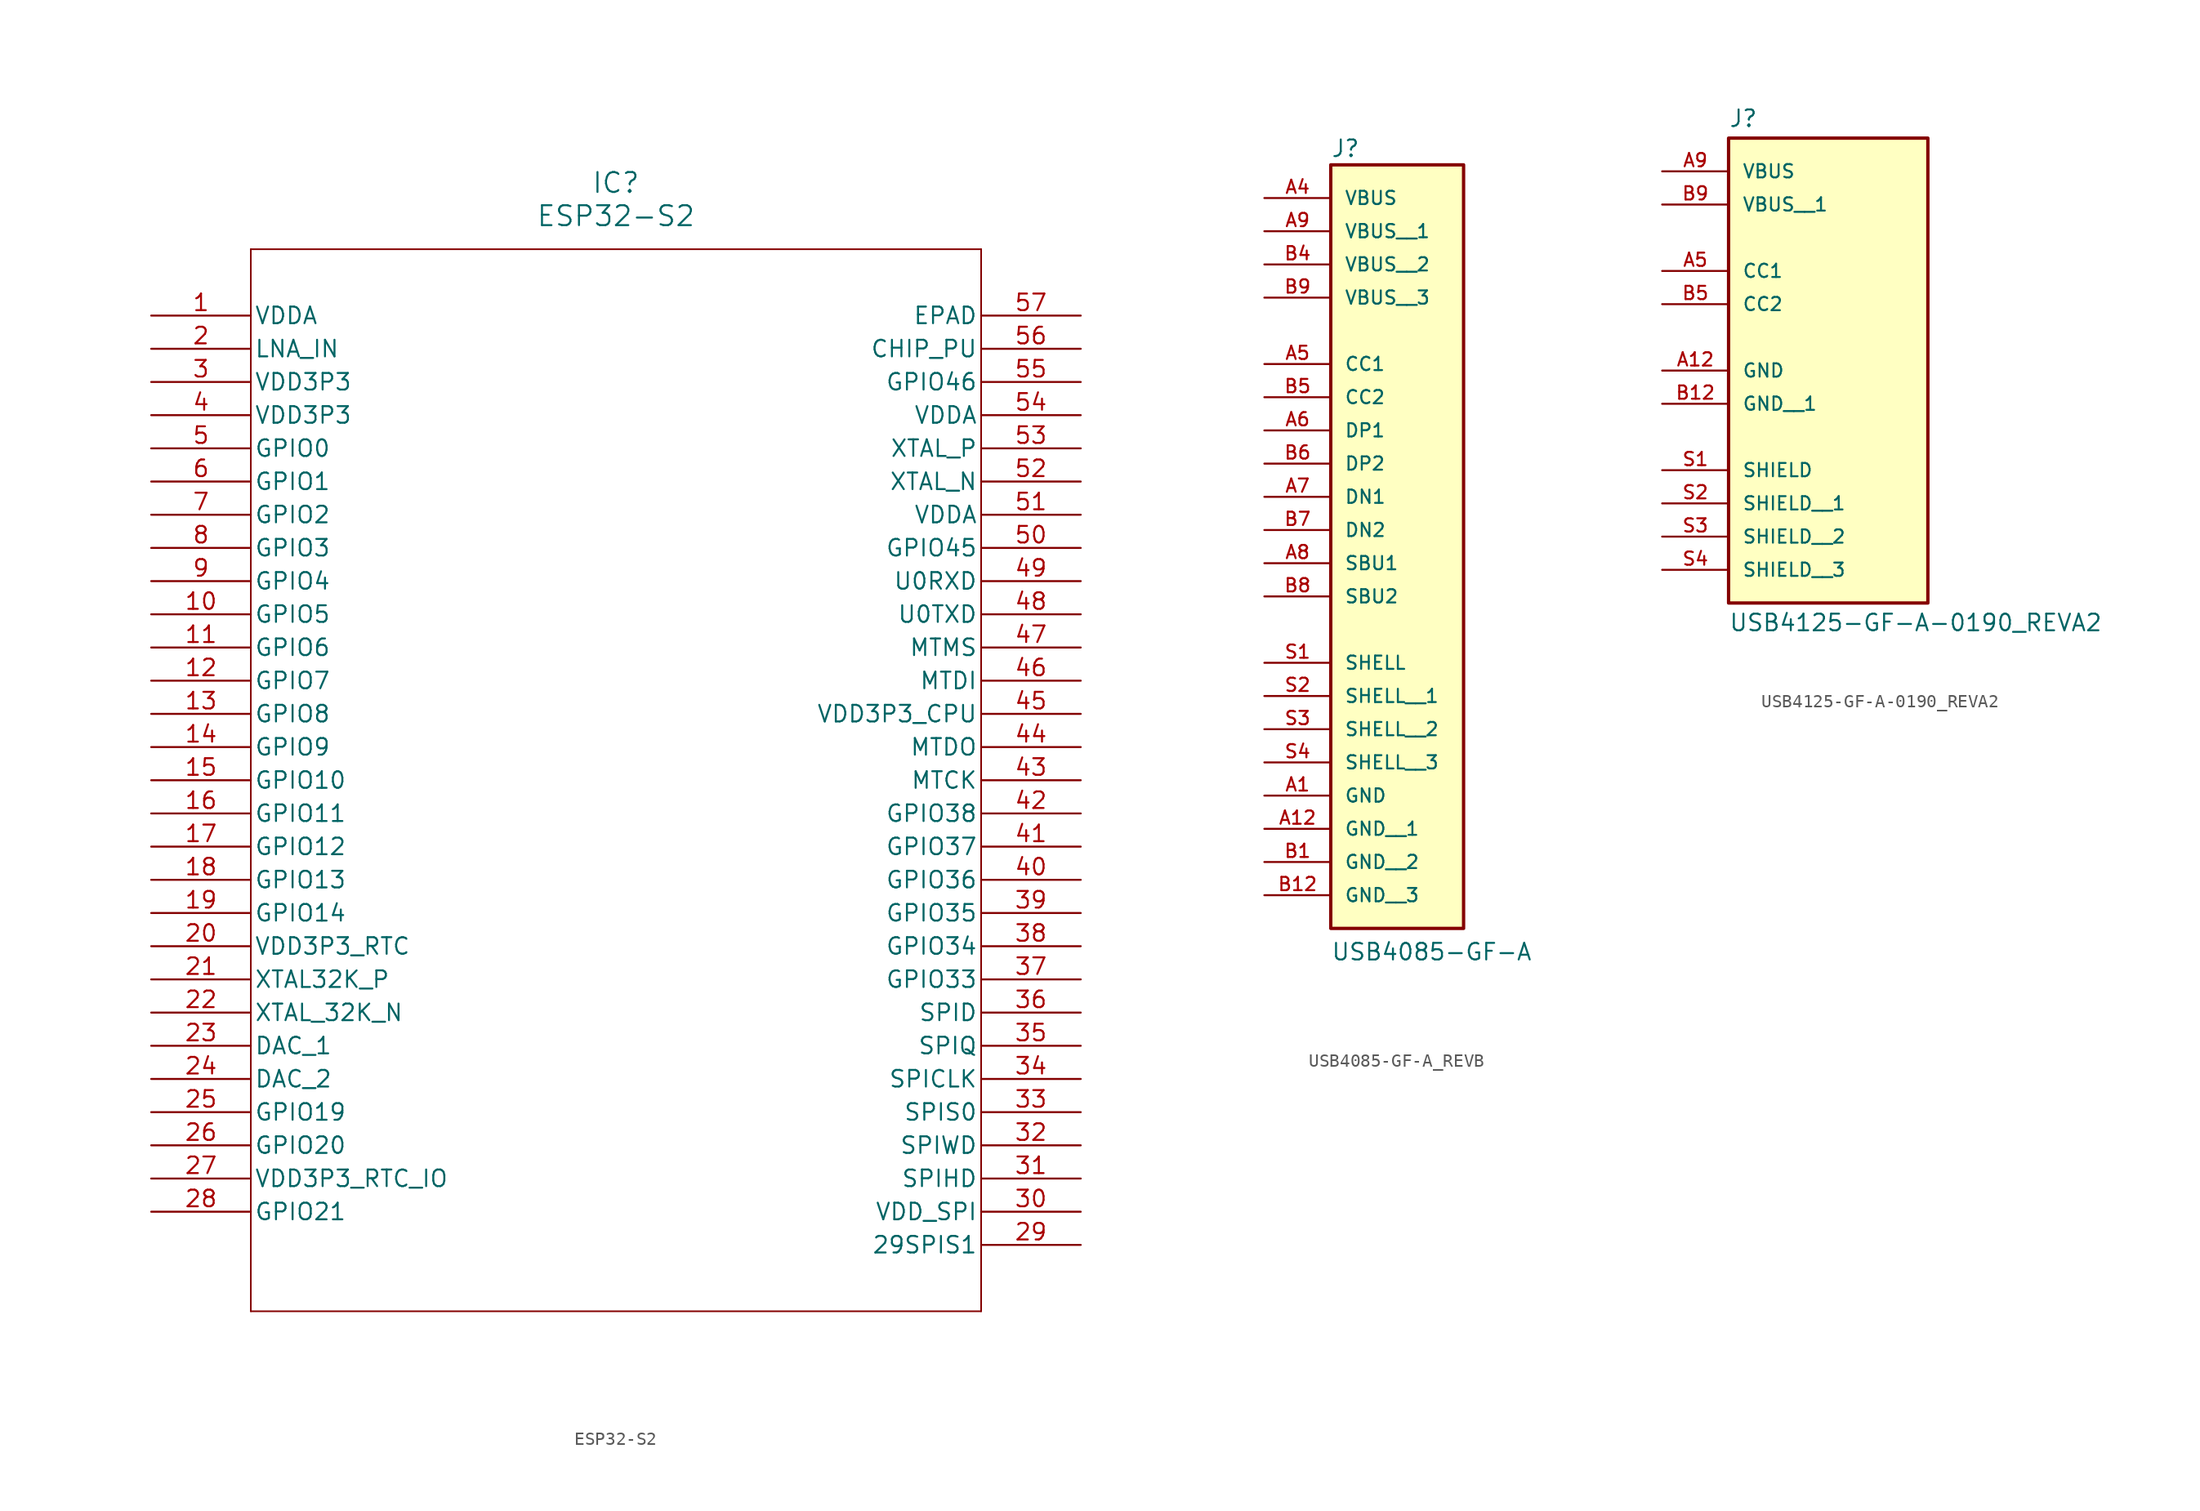
<source format=kicad_sym>
(kicad_symbol_lib
  (version 20220914)
  (generator kicad_symbol_editor)
  (symbol "ESP32-S2"
    (pin_names
      (offset 0.254))
    (property "Reference" "IC"
      (at 35.56 10.16 0)
      (effects (font (size 1.524 1.524))))
    (property "Value" "ESP32-S2"
      (at 35.56 7.62 0)
      (effects (font (size 1.524 1.524))))
    (property "ki_locked" ""
      (at 0 0 0)
      (effects (font (size 1.27 1.27))))
    (symbol "ESP32-S2_0_1"
      (polyline (pts (xy 7.62 -76.2) (xy 63.5 -76.2)) (stroke (width 0.127) (type default)) (fill (type none)))
      (polyline (pts (xy 7.62 5.08) (xy 7.62 -76.2)) (stroke (width 0.127) (type default)) (fill (type none)))
      (polyline (pts (xy 63.5 -76.2) (xy 63.5 5.08)) (stroke (width 0.127) (type default)) (fill (type none)))
      (polyline (pts (xy 63.5 5.08) (xy 7.62 5.08)) (stroke (width 0.127) (type default)) (fill (type none)))
      (pin power_in line (at 0 0 0) (length 7.62) (name "VDDA" (effects (font (size 1.27 1.27)))) (number "1" (effects (font (size 1.27 1.27)))))
      (pin bidirectional line (at 0 -22.86 0) (length 7.62) (name "GPIO5" (effects (font (size 1.27 1.27)))) (number "10" (effects (font (size 1.27 1.27)))))
      (pin bidirectional line (at 0 -25.4 0) (length 7.62) (name "GPIO6" (effects (font (size 1.27 1.27)))) (number "11" (effects (font (size 1.27 1.27)))))
      (pin bidirectional line (at 0 -27.94 0) (length 7.62) (name "GPIO7" (effects (font (size 1.27 1.27)))) (number "12" (effects (font (size 1.27 1.27)))))
      (pin bidirectional line (at 0 -30.48 0) (length 7.62) (name "GPIO8" (effects (font (size 1.27 1.27)))) (number "13" (effects (font (size 1.27 1.27)))))
      (pin bidirectional line (at 0 -33.02 0) (length 7.62) (name "GPIO9" (effects (font (size 1.27 1.27)))) (number "14" (effects (font (size 1.27 1.27)))))
      (pin bidirectional line (at 0 -35.56 0) (length 7.62) (name "GPIO10" (effects (font (size 1.27 1.27)))) (number "15" (effects (font (size 1.27 1.27)))))
      (pin bidirectional line (at 0 -38.1 0) (length 7.62) (name "GPIO11" (effects (font (size 1.27 1.27)))) (number "16" (effects (font (size 1.27 1.27)))))
      (pin bidirectional line (at 0 -40.64 0) (length 7.62) (name "GPIO12" (effects (font (size 1.27 1.27)))) (number "17" (effects (font (size 1.27 1.27)))))
      (pin bidirectional line (at 0 -43.18 0) (length 7.62) (name "GPIO13" (effects (font (size 1.27 1.27)))) (number "18" (effects (font (size 1.27 1.27)))))
      (pin bidirectional line (at 0 -45.72 0) (length 7.62) (name "GPIO14" (effects (font (size 1.27 1.27)))) (number "19" (effects (font (size 1.27 1.27)))))
      (pin unspecified line (at 0 -2.54 0) (length 7.62) (name "LNA_IN" (effects (font (size 1.27 1.27)))) (number "2" (effects (font (size 1.27 1.27)))))
      (pin power_in line (at 0 -48.26 0) (length 7.62) (name "VDD3P3_RTC" (effects (font (size 1.27 1.27)))) (number "20" (effects (font (size 1.27 1.27)))))
      (pin unspecified line (at 0 -50.8 0) (length 7.62) (name "XTAL32K_P" (effects (font (size 1.27 1.27)))) (number "21" (effects (font (size 1.27 1.27)))))
      (pin unspecified line (at 0 -53.34 0) (length 7.62) (name "XTAL_32K_N" (effects (font (size 1.27 1.27)))) (number "22" (effects (font (size 1.27 1.27)))))
      (pin bidirectional line (at 0 -55.88 0) (length 7.62) (name "DAC_1" (effects (font (size 1.27 1.27)))) (number "23" (effects (font (size 1.27 1.27)))))
      (pin bidirectional line (at 0 -58.42 0) (length 7.62) (name "DAC_2" (effects (font (size 1.27 1.27)))) (number "24" (effects (font (size 1.27 1.27)))))
      (pin bidirectional line (at 0 -60.96 0) (length 7.62) (name "GPIO19" (effects (font (size 1.27 1.27)))) (number "25" (effects (font (size 1.27 1.27)))))
      (pin bidirectional line (at 0 -63.5 0) (length 7.62) (name "GPIO20" (effects (font (size 1.27 1.27)))) (number "26" (effects (font (size 1.27 1.27)))))
      (pin power_in line (at 0 -66.04 0) (length 7.62) (name "VDD3P3_RTC_IO" (effects (font (size 1.27 1.27)))) (number "27" (effects (font (size 1.27 1.27)))))
      (pin bidirectional line (at 0 -68.58 0) (length 7.62) (name "GPIO21" (effects (font (size 1.27 1.27)))) (number "28" (effects (font (size 1.27 1.27)))))
      (pin unspecified line (at 71.12 -71.12 180) (length 7.62) (name "29SPIS1" (effects (font (size 1.27 1.27)))) (number "29" (effects (font (size 1.27 1.27)))))
      (pin power_in line (at 0 -5.08 0) (length 7.62) (name "VDD3P3" (effects (font (size 1.27 1.27)))) (number "3" (effects (font (size 1.27 1.27)))))
      (pin power_in line (at 71.12 -68.58 180) (length 7.62) (name "VDD_SPI" (effects (font (size 1.27 1.27)))) (number "30" (effects (font (size 1.27 1.27)))))
      (pin unspecified line (at 71.12 -66.04 180) (length 7.62) (name "SPIHD" (effects (font (size 1.27 1.27)))) (number "31" (effects (font (size 1.27 1.27)))))
      (pin unspecified line (at 71.12 -63.5 180) (length 7.62) (name "SPIWD" (effects (font (size 1.27 1.27)))) (number "32" (effects (font (size 1.27 1.27)))))
      (pin unspecified line (at 71.12 -60.96 180) (length 7.62) (name "SPIS0" (effects (font (size 1.27 1.27)))) (number "33" (effects (font (size 1.27 1.27)))))
      (pin unspecified line (at 71.12 -58.42 180) (length 7.62) (name "SPICLK" (effects (font (size 1.27 1.27)))) (number "34" (effects (font (size 1.27 1.27)))))
      (pin unspecified line (at 71.12 -55.88 180) (length 7.62) (name "SPIQ" (effects (font (size 1.27 1.27)))) (number "35" (effects (font (size 1.27 1.27)))))
      (pin unspecified line (at 71.12 -53.34 180) (length 7.62) (name "SPID" (effects (font (size 1.27 1.27)))) (number "36" (effects (font (size 1.27 1.27)))))
      (pin bidirectional line (at 71.12 -50.8 180) (length 7.62) (name "GPIO33" (effects (font (size 1.27 1.27)))) (number "37" (effects (font (size 1.27 1.27)))))
      (pin bidirectional line (at 71.12 -48.26 180) (length 7.62) (name "GPIO34" (effects (font (size 1.27 1.27)))) (number "38" (effects (font (size 1.27 1.27)))))
      (pin bidirectional line (at 71.12 -45.72 180) (length 7.62) (name "GPIO35" (effects (font (size 1.27 1.27)))) (number "39" (effects (font (size 1.27 1.27)))))
      (pin power_in line (at 0 -7.62 0) (length 7.62) (name "VDD3P3" (effects (font (size 1.27 1.27)))) (number "4" (effects (font (size 1.27 1.27)))))
      (pin bidirectional line (at 71.12 -43.18 180) (length 7.62) (name "GPIO36" (effects (font (size 1.27 1.27)))) (number "40" (effects (font (size 1.27 1.27)))))
      (pin bidirectional line (at 71.12 -40.64 180) (length 7.62) (name "GPIO37" (effects (font (size 1.27 1.27)))) (number "41" (effects (font (size 1.27 1.27)))))
      (pin bidirectional line (at 71.12 -38.1 180) (length 7.62) (name "GPIO38" (effects (font (size 1.27 1.27)))) (number "42" (effects (font (size 1.27 1.27)))))
      (pin unspecified line (at 71.12 -35.56 180) (length 7.62) (name "MTCK" (effects (font (size 1.27 1.27)))) (number "43" (effects (font (size 1.27 1.27)))))
      (pin unspecified line (at 71.12 -33.02 180) (length 7.62) (name "MTDO" (effects (font (size 1.27 1.27)))) (number "44" (effects (font (size 1.27 1.27)))))
      (pin power_in line (at 71.12 -30.48 180) (length 7.62) (name "VDD3P3_CPU" (effects (font (size 1.27 1.27)))) (number "45" (effects (font (size 1.27 1.27)))))
      (pin unspecified line (at 71.12 -27.94 180) (length 7.62) (name "MTDI" (effects (font (size 1.27 1.27)))) (number "46" (effects (font (size 1.27 1.27)))))
      (pin unspecified line (at 71.12 -25.4 180) (length 7.62) (name "MTMS" (effects (font (size 1.27 1.27)))) (number "47" (effects (font (size 1.27 1.27)))))
      (pin bidirectional line (at 71.12 -22.86 180) (length 7.62) (name "U0TXD" (effects (font (size 1.27 1.27)))) (number "48" (effects (font (size 1.27 1.27)))))
      (pin bidirectional line (at 71.12 -20.32 180) (length 7.62) (name "U0RXD" (effects (font (size 1.27 1.27)))) (number "49" (effects (font (size 1.27 1.27)))))
      (pin bidirectional line (at 0 -10.16 0) (length 7.62) (name "GPIO0" (effects (font (size 1.27 1.27)))) (number "5" (effects (font (size 1.27 1.27)))))
      (pin bidirectional line (at 71.12 -17.78 180) (length 7.62) (name "GPIO45" (effects (font (size 1.27 1.27)))) (number "50" (effects (font (size 1.27 1.27)))))
      (pin power_in line (at 71.12 -15.24 180) (length 7.62) (name "VDDA" (effects (font (size 1.27 1.27)))) (number "51" (effects (font (size 1.27 1.27)))))
      (pin unspecified line (at 71.12 -12.7 180) (length 7.62) (name "XTAL_N" (effects (font (size 1.27 1.27)))) (number "52" (effects (font (size 1.27 1.27)))))
      (pin unspecified line (at 71.12 -10.16 180) (length 7.62) (name "XTAL_P" (effects (font (size 1.27 1.27)))) (number "53" (effects (font (size 1.27 1.27)))))
      (pin power_in line (at 71.12 -7.62 180) (length 7.62) (name "VDDA" (effects (font (size 1.27 1.27)))) (number "54" (effects (font (size 1.27 1.27)))))
      (pin bidirectional line (at 71.12 -5.08 180) (length 7.62) (name "GPIO46" (effects (font (size 1.27 1.27)))) (number "55" (effects (font (size 1.27 1.27)))))
      (pin unspecified line (at 71.12 -2.54 180) (length 7.62) (name "CHIP_PU" (effects (font (size 1.27 1.27)))) (number "56" (effects (font (size 1.27 1.27)))))
      (pin unspecified line (at 71.12 0 180) (length 7.62) (name "EPAD" (effects (font (size 1.27 1.27)))) (number "57" (effects (font (size 1.27 1.27)))))
      (pin bidirectional line (at 0 -12.7 0) (length 7.62) (name "GPIO1" (effects (font (size 1.27 1.27)))) (number "6" (effects (font (size 1.27 1.27)))))
      (pin bidirectional line (at 0 -15.24 0) (length 7.62) (name "GPIO2" (effects (font (size 1.27 1.27)))) (number "7" (effects (font (size 1.27 1.27)))))
      (pin bidirectional line (at 0 -17.78 0) (length 7.62) (name "GPIO3" (effects (font (size 1.27 1.27)))) (number "8" (effects (font (size 1.27 1.27)))))
      (pin bidirectional line (at 0 -20.32 0) (length 7.62) (name "GPIO4" (effects (font (size 1.27 1.27)))) (number "9" (effects (font (size 1.27 1.27)))))))
  (symbol "USB4085-GF-A_REVB"
    (pin_names
      (offset 1.016))
    (property "Reference" "J"
      (at -5.08 18.288 0)
      (effects (font (size 1.27 1.27)) (justify left bottom)))
    (property "Value" "USB4085-GF-A"
      (at -5.08 -43.18 0)
      (effects (font (size 1.27 1.27)) (justify left bottom)))
    (symbol "USB4085-GF-A_REVB_0_0"
      (rectangle (start -5.08 17.78) (end 5.08 -40.64) (stroke (width 0.254) (type default)) (fill (type background)))
      (pin power_in line (at -10.16 -30.48 0) (length 5.08) (name "GND" (effects (font (size 1.016 1.016)))) (number "A1" (effects (font (size 1.016 1.016)))))
      (pin power_in line (at -10.16 -33.02 0) (length 5.08) (name "GND__1" (effects (font (size 1.016 1.016)))) (number "A12" (effects (font (size 1.016 1.016)))))
      (pin power_in line (at -10.16 15.24 0) (length 5.08) (name "VBUS" (effects (font (size 1.016 1.016)))) (number "A4" (effects (font (size 1.016 1.016)))))
      (pin bidirectional line (at -10.16 2.54 0) (length 5.08) (name "CC1" (effects (font (size 1.016 1.016)))) (number "A5" (effects (font (size 1.016 1.016)))))
      (pin bidirectional line (at -10.16 -2.54 0) (length 5.08) (name "DP1" (effects (font (size 1.016 1.016)))) (number "A6" (effects (font (size 1.016 1.016)))))
      (pin bidirectional line (at -10.16 -7.62 0) (length 5.08) (name "DN1" (effects (font (size 1.016 1.016)))) (number "A7" (effects (font (size 1.016 1.016)))))
      (pin bidirectional line (at -10.16 -12.7 0) (length 5.08) (name "SBU1" (effects (font (size 1.016 1.016)))) (number "A8" (effects (font (size 1.016 1.016)))))
      (pin power_in line (at -10.16 12.7 0) (length 5.08) (name "VBUS__1" (effects (font (size 1.016 1.016)))) (number "A9" (effects (font (size 1.016 1.016)))))
      (pin power_in line (at -10.16 -35.56 0) (length 5.08) (name "GND__2" (effects (font (size 1.016 1.016)))) (number "B1" (effects (font (size 1.016 1.016)))))
      (pin power_in line (at -10.16 -38.1 0) (length 5.08) (name "GND__3" (effects (font (size 1.016 1.016)))) (number "B12" (effects (font (size 1.016 1.016)))))
      (pin power_in line (at -10.16 10.16 0) (length 5.08) (name "VBUS__2" (effects (font (size 1.016 1.016)))) (number "B4" (effects (font (size 1.016 1.016)))))
      (pin bidirectional line (at -10.16 0 0) (length 5.08) (name "CC2" (effects (font (size 1.016 1.016)))) (number "B5" (effects (font (size 1.016 1.016)))))
      (pin bidirectional line (at -10.16 -5.08 0) (length 5.08) (name "DP2" (effects (font (size 1.016 1.016)))) (number "B6" (effects (font (size 1.016 1.016)))))
      (pin bidirectional line (at -10.16 -10.16 0) (length 5.08) (name "DN2" (effects (font (size 1.016 1.016)))) (number "B7" (effects (font (size 1.016 1.016)))))
      (pin bidirectional line (at -10.16 -15.24 0) (length 5.08) (name "SBU2" (effects (font (size 1.016 1.016)))) (number "B8" (effects (font (size 1.016 1.016)))))
      (pin power_in line (at -10.16 7.62 0) (length 5.08) (name "VBUS__3" (effects (font (size 1.016 1.016)))) (number "B9" (effects (font (size 1.016 1.016)))))
      (pin passive line (at -10.16 -20.32 0) (length 5.08) (name "SHELL" (effects (font (size 1.016 1.016)))) (number "S1" (effects (font (size 1.016 1.016)))))
      (pin passive line (at -10.16 -22.86 0) (length 5.08) (name "SHELL__1" (effects (font (size 1.016 1.016)))) (number "S2" (effects (font (size 1.016 1.016)))))
      (pin passive line (at -10.16 -25.4 0) (length 5.08) (name "SHELL__2" (effects (font (size 1.016 1.016)))) (number "S3" (effects (font (size 1.016 1.016)))))
      (pin passive line (at -10.16 -27.94 0) (length 5.08) (name "SHELL__3" (effects (font (size 1.016 1.016)))) (number "S4" (effects (font (size 1.016 1.016)))))))
  (symbol "USB4125-GF-A-0190_REVA2"
    (pin_names
      (offset 1.016))
    (property "Reference" "J"
      (at -7.62 10.922 0)
      (effects (font (size 1.27 1.27)) (justify left bottom)))
    (property "Value" "USB4125-GF-A-0190_REVA2"
      (at -7.62 -26.162 0)
      (effects (font (size 1.27 1.27)) (justify left top)))
    (symbol "USB4125-GF-A-0190_REVA2_0_0"
      (rectangle (start -7.62 -25.4) (end 7.62 10.16) (stroke (width 0.254) (type default)) (fill (type background)))
      (pin power_in line (at -12.7 -7.62 0) (length 5.08) (name "GND" (effects (font (size 1.016 1.016)))) (number "A12" (effects (font (size 1.016 1.016)))))
      (pin bidirectional line (at -12.7 0 0) (length 5.08) (name "CC1" (effects (font (size 1.016 1.016)))) (number "A5" (effects (font (size 1.016 1.016)))))
      (pin power_in line (at -12.7 7.62 0) (length 5.08) (name "VBUS" (effects (font (size 1.016 1.016)))) (number "A9" (effects (font (size 1.016 1.016)))))
      (pin power_in line (at -12.7 -10.16 0) (length 5.08) (name "GND__1" (effects (font (size 1.016 1.016)))) (number "B12" (effects (font (size 1.016 1.016)))))
      (pin bidirectional line (at -12.7 -2.54 0) (length 5.08) (name "CC2" (effects (font (size 1.016 1.016)))) (number "B5" (effects (font (size 1.016 1.016)))))
      (pin power_in line (at -12.7 5.08 0) (length 5.08) (name "VBUS__1" (effects (font (size 1.016 1.016)))) (number "B9" (effects (font (size 1.016 1.016)))))
      (pin passive line (at -12.7 -15.24 0) (length 5.08) (name "SHIELD" (effects (font (size 1.016 1.016)))) (number "S1" (effects (font (size 1.016 1.016)))))
      (pin passive line (at -12.7 -17.78 0) (length 5.08) (name "SHIELD__1" (effects (font (size 1.016 1.016)))) (number "S2" (effects (font (size 1.016 1.016)))))
      (pin passive line (at -12.7 -20.32 0) (length 5.08) (name "SHIELD__2" (effects (font (size 1.016 1.016)))) (number "S3" (effects (font (size 1.016 1.016)))))
      (pin passive line (at -12.7 -22.86 0) (length 5.08) (name "SHIELD__3" (effects (font (size 1.016 1.016)))) (number "S4" (effects (font (size 1.016 1.016))))))))
</source>
